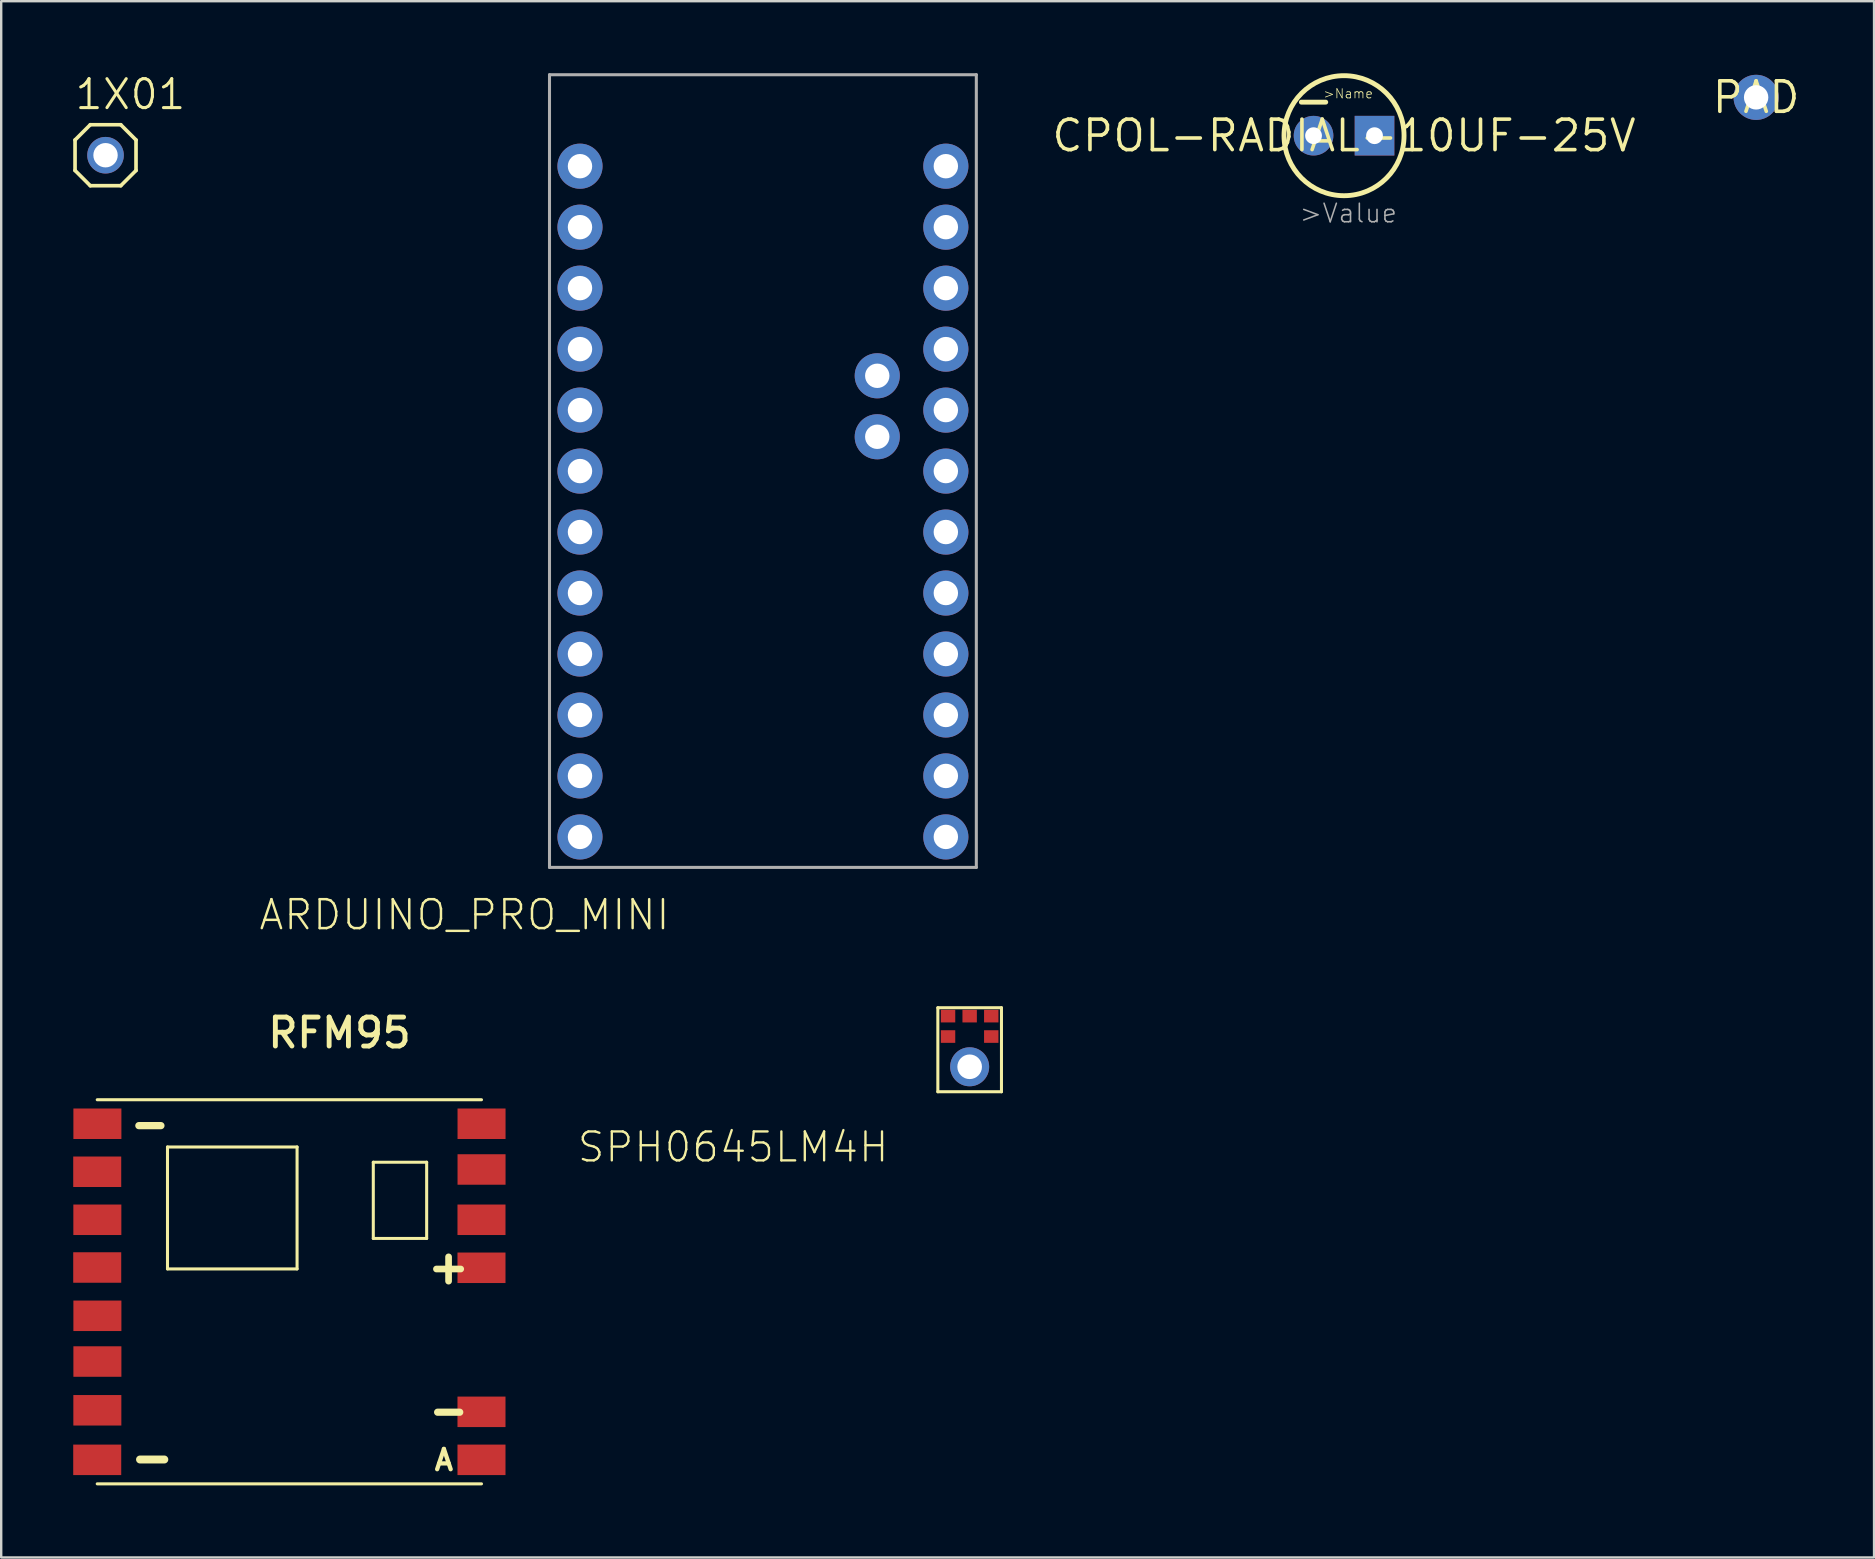
<source format=kicad_pcb>
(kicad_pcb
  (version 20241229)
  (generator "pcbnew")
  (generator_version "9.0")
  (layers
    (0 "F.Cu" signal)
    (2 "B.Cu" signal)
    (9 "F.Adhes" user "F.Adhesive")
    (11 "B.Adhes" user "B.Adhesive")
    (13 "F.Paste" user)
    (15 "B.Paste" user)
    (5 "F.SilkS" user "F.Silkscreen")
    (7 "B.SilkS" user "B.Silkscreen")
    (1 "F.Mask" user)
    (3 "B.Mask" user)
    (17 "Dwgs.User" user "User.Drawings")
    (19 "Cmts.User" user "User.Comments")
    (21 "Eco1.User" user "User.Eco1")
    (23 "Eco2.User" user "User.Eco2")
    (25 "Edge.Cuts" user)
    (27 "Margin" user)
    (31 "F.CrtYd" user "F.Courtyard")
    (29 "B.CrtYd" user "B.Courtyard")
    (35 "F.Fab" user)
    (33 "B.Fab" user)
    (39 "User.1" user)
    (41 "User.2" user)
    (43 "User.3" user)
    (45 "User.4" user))
  (footprint "1X01"
    (layer "F.Cu")
    (at 1.346 3.416)
    (property "Reference" "1X01" (at -1.346 -1.829 0) (layer "F.SilkS") (effects (font (size 1.206 1.206) (thickness 0.127)) (justify left bottom)))
    (attr through_hole)
    (fp_line (start -1.27 -0.635) (end -1.27 0.635) (stroke (width 0.152) (type solid)) (layer "F.SilkS"))
    (fp_line (start -1.27 0.635) (end -0.635 1.27) (stroke (width 0.152) (type solid)) (layer "F.SilkS"))
    (fp_line (start -0.635 -1.27) (end -1.27 -0.635) (stroke (width 0.152) (type solid)) (layer "F.SilkS"))
    (fp_line (start -0.635 -1.27) (end 0.635 -1.27) (stroke (width 0.152) (type solid)) (layer "F.SilkS"))
    (fp_line (start 0.635 -1.27) (end 1.27 -0.635) (stroke (width 0.152) (type solid)) (layer "F.SilkS"))
    (fp_line (start 0.635 1.27) (end -0.635 1.27) (stroke (width 0.152) (type solid)) (layer "F.SilkS"))
    (fp_line (start 1.27 -0.635) (end 1.27 0.635) (stroke (width 0.152) (type solid)) (layer "F.SilkS"))
    (fp_line (start 1.27 0.635) (end 0.635 1.27) (stroke (width 0.152) (type solid)) (layer "F.SilkS"))
    (fp_poly (pts (xy -0.254 0.254) (xy 0.254 0.254) (xy 0.254 -0.254) (xy -0.254 -0.254)) (stroke (width 0.1) (type solid)) (fill no) (layer "F.Fab"))
    (pad "1" thru_hole circle (at 0 0) (size 1.524 1.524) (drill 1.016) (layers "*.Cu" "*.Mask")))
  (footprint "RFM95"
    (layer "F.Cu")
    (at 11.23 50.761)
    (property "Reference" "RFM95" (at -3.23 -10.08 0) (layer "F.SilkS") (effects (font (size 1.206 1.206) (thickness 0.203)) (justify left bottom)))
    (attr through_hole)
    (fp_line (start -10.23 8) (end 5.777 8) (stroke (width 0.127) (type solid)) (layer "F.SilkS"))
    (fp_line (start -7.303 -6.032) (end -7.303 -0.953) (stroke (width 0.127) (type solid)) (layer "F.SilkS"))
    (fp_line (start -7.303 -0.953) (end -1.905 -0.953) (stroke (width 0.127) (type solid)) (layer "F.SilkS"))
    (fp_line (start -1.905 -6.032) (end -7.303 -6.032) (stroke (width 0.127) (type solid)) (layer "F.SilkS"))
    (fp_line (start -1.905 -0.953) (end -1.905 -6.032) (stroke (width 0.127) (type solid)) (layer "F.SilkS"))
    (fp_line (start 1.27 -5.397) (end 1.27 -2.223) (stroke (width 0.127) (type solid)) (layer "F.SilkS"))
    (fp_line (start 1.27 -2.223) (end 3.493 -2.223) (stroke (width 0.127) (type solid)) (layer "F.SilkS"))
    (fp_line (start 3.493 -5.397) (end 1.27 -5.397) (stroke (width 0.127) (type solid)) (layer "F.SilkS"))
    (fp_line (start 3.493 -2.223) (end 3.493 -5.397) (stroke (width 0.127) (type solid)) (layer "F.SilkS"))
    (fp_line (start 5.777 -8) (end -10.23 -8) (stroke (width 0.127) (type solid)) (layer "F.SilkS"))
    (fp_text user "A" (at 3.732 7.503 0) (layer "F.SilkS") (effects (font (size 0.845 0.845) (thickness 0.178)) (justify left bottom)))
    (fp_text user "+" (at 3.401 -0.267 0) (layer "F.SilkS") (effects (font (size 1.327 1.327) (thickness 0.279)) (justify left bottom)))
    (fp_text user "-" (at -8.981 7.671 0) (layer "F.SilkS") (effects (font (size 1.327 1.327) (thickness 0.349)) (justify left bottom)))
    (fp_text user "-" (at 3.465 5.639 0) (layer "F.SilkS") (effects (font (size 1.206 1.206) (thickness 0.318)) (justify left bottom)))
    (fp_text user "-" (at -8.981 -6.299 0) (layer "F.SilkS") (effects (font (size 1.206 1.206) (thickness 0.318)) (justify left bottom)))
    (pad "ANT" smd rect (at 5.777 7) (size 2 1.27) (layers "F.Cu" "F.Mask" "F.Paste"))
    (pad "DIO0" smd rect (at 5.777 -3) (size 2 1.27) (layers "F.Cu" "F.Mask" "F.Paste"))
    (pad "DIO1" smd rect (at 5.779 -5.095 180) (size 2 1.27) (layers "F.Cu" "F.Mask" "F.Paste"))
    (pad "DIO2" smd rect (at 5.779 -7 180) (size 2 1.27) (layers "F.Cu" "F.Mask" "F.Paste"))
    (pad "DIO5" smd rect (at -10.225 4.936) (size 2 1.27) (layers "F.Cu" "F.Mask" "F.Paste"))
    (pad "GND" smd rect (at 5.777 5) (size 2 1.27) (layers "F.Cu" "F.Mask" "F.Paste"))
    (pad "GND1" smd rect (at -10.223 -7 180) (size 2 1.27) (layers "F.Cu" "F.Mask" "F.Paste"))
    (pad "GND2" smd rect (at -10.23 7) (size 2 1.27) (layers "F.Cu" "F.Mask" "F.Paste"))
    (pad "MISO" smd rect (at -10.23 -5) (size 2 1.27) (layers "F.Cu" "F.Mask" "F.Paste"))
    (pad "MOSI" smd rect (at -10.225 -3) (size 2 1.27) (layers "F.Cu" "F.Mask" "F.Paste"))
    (pad "NSS" smd rect (at -10.223 1 180) (size 2 1.27) (layers "F.Cu" "F.Mask" "F.Paste"))
    (pad "RST" smd rect (at -10.223 2.905 180) (size 2 1.27) (layers "F.Cu" "F.Mask" "F.Paste"))
    (pad "SCK" smd rect (at -10.23 -1.012) (size 2 1.27) (layers "F.Cu" "F.Mask" "F.Paste"))
    (pad "VDD" smd rect (at 5.777 -1) (size 2 1.27) (layers "F.Cu" "F.Mask" "F.Paste")))
  (footprint "ARDUINO_PRO_MINI"
    (layer "F.Cu")
    (at 28.73 16.573)
    (property "Reference" "ARDUINO_PRO_MINI" (at -3.81 17.78 0) (layer "F.SilkS") (effects (font (size 1.206 1.206) (thickness 0.102)) (justify right top)))
    (attr through_hole)
    (fp_line (start -8.89 -16.51) (end -8.89 16.51) (stroke (width 0.127) (type solid)) (layer "F.Fab"))
    (fp_line (start -8.89 16.51) (end 8.89 16.51) (stroke (width 0.127) (type solid)) (layer "F.Fab"))
    (fp_line (start 8.89 -16.51) (end -8.89 -16.51) (stroke (width 0.127) (type solid)) (layer "F.Fab"))
    (fp_line (start 8.89 16.51) (end 8.89 -16.51) (stroke (width 0.127) (type solid)) (layer "F.Fab"))
    (pad "1" thru_hole circle (at -7.62 -12.7) (size 1.88 1.88) (drill 1.016) (layers "*.Cu" "*.Mask"))
    (pad "2" thru_hole circle (at -7.62 -10.16) (size 1.88 1.88) (drill 1.016) (layers "*.Cu" "*.Mask"))
    (pad "3" thru_hole circle (at -7.62 -7.62) (size 1.88 1.88) (drill 1.016) (layers "*.Cu" "*.Mask"))
    (pad "4" thru_hole circle (at -7.62 -5.08) (size 1.88 1.88) (drill 1.016) (layers "*.Cu" "*.Mask"))
    (pad "5" thru_hole circle (at -7.62 -2.54) (size 1.88 1.88) (drill 1.016) (layers "*.Cu" "*.Mask"))
    (pad "6" thru_hole circle (at -7.62 0) (size 1.88 1.88) (drill 1.016) (layers "*.Cu" "*.Mask"))
    (pad "7" thru_hole circle (at -7.62 2.54) (size 1.88 1.88) (drill 1.016) (layers "*.Cu" "*.Mask"))
    (pad "8" thru_hole circle (at -7.62 5.08) (size 1.88 1.88) (drill 1.016) (layers "*.Cu" "*.Mask"))
    (pad "9" thru_hole circle (at -7.62 7.62) (size 1.88 1.88) (drill 1.016) (layers "*.Cu" "*.Mask"))
    (pad "10" thru_hole circle (at -7.62 10.16) (size 1.88 1.88) (drill 1.016) (layers "*.Cu" "*.Mask"))
    (pad "11" thru_hole circle (at -7.62 12.7) (size 1.88 1.88) (drill 1.016) (layers "*.Cu" "*.Mask"))
    (pad "12" thru_hole circle (at -7.62 15.24) (size 1.88 1.88) (drill 1.016) (layers "*.Cu" "*.Mask"))
    (pad "13" thru_hole circle (at 7.62 15.24) (size 1.88 1.88) (drill 1.016) (layers "*.Cu" "*.Mask"))
    (pad "14" thru_hole circle (at 7.62 12.7) (size 1.88 1.88) (drill 1.016) (layers "*.Cu" "*.Mask"))
    (pad "15" thru_hole circle (at 7.62 10.16) (size 1.88 1.88) (drill 1.016) (layers "*.Cu" "*.Mask"))
    (pad "16" thru_hole circle (at 7.62 7.62) (size 1.88 1.88) (drill 1.016) (layers "*.Cu" "*.Mask"))
    (pad "17" thru_hole circle (at 7.62 5.08) (size 1.88 1.88) (drill 1.016) (layers "*.Cu" "*.Mask"))
    (pad "18" thru_hole circle (at 7.62 2.54) (size 1.88 1.88) (drill 1.016) (layers "*.Cu" "*.Mask"))
    (pad "19" thru_hole circle (at 7.62 0) (size 1.88 1.88) (drill 1.016) (layers "*.Cu" "*.Mask"))
    (pad "20" thru_hole circle (at 7.62 -2.54) (size 1.88 1.88) (drill 1.016) (layers "*.Cu" "*.Mask"))
    (pad "21" thru_hole circle (at 7.62 -5.08) (size 1.88 1.88) (drill 1.016) (layers "*.Cu" "*.Mask"))
    (pad "22" thru_hole circle (at 7.62 -7.62) (size 1.88 1.88) (drill 1.016) (layers "*.Cu" "*.Mask"))
    (pad "23" thru_hole circle (at 7.62 -10.16) (size 1.88 1.88) (drill 1.016) (layers "*.Cu" "*.Mask"))
    (pad "24" thru_hole circle (at 7.62 -12.7) (size 1.88 1.88) (drill 1.016) (layers "*.Cu" "*.Mask"))
    (pad "A4-1" thru_hole circle (at 4.763 -1.429) (size 1.88 1.88) (drill 1.016) (layers "*.Cu" "*.Mask"))
    (pad "A5-1" thru_hole circle (at 4.763 -3.969) (size 1.88 1.88) (drill 1.016) (layers "*.Cu" "*.Mask")))
  (footprint "PAD"
    (layer "F.Cu")
    (at 70.103 1.006)
    (property "Reference" "PAD" (at 0 0 0) (layer "F.SilkS") (effects (font (size 1.27 1.27) (thickness 0.15))))
    (attr through_hole)
    (pad "1" thru_hole circle (at 0 0) (size 1.88 1.88) (drill 1.016) (layers "*.Cu" "*.Mask")))
  (footprint "CPOL-RADIAL-10UF-25V"
    (layer "F.Cu")
    (at 52.937 2.602)
    (property "Reference" "CPOL-RADIAL-10UF-25V" (at 0 0 0) (layer "F.SilkS") (effects (font (size 1.27 1.27) (thickness 0.15))))
    (attr through_hole)
    (fp_line (start -0.762 -1.397) (end -1.778 -1.397) (stroke (width 0.203) (type solid)) (layer "F.SilkS"))
    (fp_circle (center 0 0) (end 2.5 0) (stroke (width 0.203) (type solid)) (fill no) (layer "F.SilkS"))
    (fp_text user ">Name" (at -0.889 -1.524 0) (layer "F.SilkS") (effects (font (size 0.386 0.386) (thickness 0.033)) (justify left bottom)))
    (fp_text user ">Value" (at -1.905 3.683 0) (layer "F.Fab") (effects (font (size 0.772 0.772) (thickness 0.065)) (justify left bottom)))
    (pad "1" thru_hole rect (at 1.27 0) (size 1.651 1.651) (drill 0.7) (layers "*.Cu" "*.Mask"))
    (pad "2" thru_hole circle (at -1.27 0) (size 1.651 1.651) (drill 0.7) (layers "*.Cu" "*.Mask")))
  (footprint "SPH0645LM4H"
    (layer "F.Cu")
    (at 37.342 40.678)
    (property "Reference" "SPH0645LM4H" (at -3.3 3.35 0) (layer "F.SilkS") (effects (font (size 1.206 1.206) (thickness 0.097)) (justify right top)))
    (attr through_hole)
    (fp_line (start -1.325 -1.75) (end 1.325 -1.75) (stroke (width 0.127) (type solid)) (layer "F.SilkS"))
    (fp_line (start -1.325 1.75) (end -1.325 -1.75) (stroke (width 0.127) (type solid)) (layer "F.SilkS"))
    (fp_line (start 1.325 -1.75) (end 1.325 1.75) (stroke (width 0.127) (type solid)) (layer "F.SilkS"))
    (fp_line (start 1.325 1.75) (end -1.325 1.75) (stroke (width 0.127) (type solid)) (layer "F.SilkS"))
    (fp_arc (start -0.62 0.93) (mid -0.6608 0.705) (end -0.62 0.479999) (stroke (width 0.3) (type solid)) (layer "F.Paste"))
    (fp_arc (start -0.23 0.09) (mid -0.005 0.0492) (end 0.22 0.09) (stroke (width 0.3) (type solid)) (layer "F.Paste"))
    (fp_arc (start 0.22 1.33) (mid -0.005 1.3708) (end -0.230001 1.33) (stroke (width 0.3) (type solid)) (layer "F.Paste"))
    (fp_arc (start 0.62 0.49) (mid 0.6608 0.715) (end 0.62 0.940001) (stroke (width 0.3) (type solid)) (layer "F.Paste"))
    (pad "1" smd rect (at -0.9 -1.4) (size 0.6 0.525) (layers "F.Cu" "F.Mask" "F.Paste"))
    (pad "2" smd rect (at -0.9 -0.55) (size 0.6 0.525) (layers "F.Cu" "F.Mask" "F.Paste"))
    (pad "3" thru_hole circle (at 0 0.71) (size 1.625 1.625) (drill 1.025) (layers "*.Cu" "*.Mask"))
    (pad "4" smd rect (at 0.9 -0.55) (size 0.6 0.525) (layers "F.Cu" "F.Mask" "F.Paste"))
    (pad "5" smd rect (at 0.9 -1.4) (size 0.6 0.525) (layers "F.Cu" "F.Mask" "F.Paste"))
    (pad "6" smd rect (at 0 -1.4) (size 0.6 0.525) (layers "F.Cu" "F.Mask" "F.Paste")))
  (gr_rect
    (start -3 -3)
    (end 75.016 61.827)
    (stroke (width 0.1) (type default))
    (fill no)
    (layer "Edge.Cuts")))
</source>
